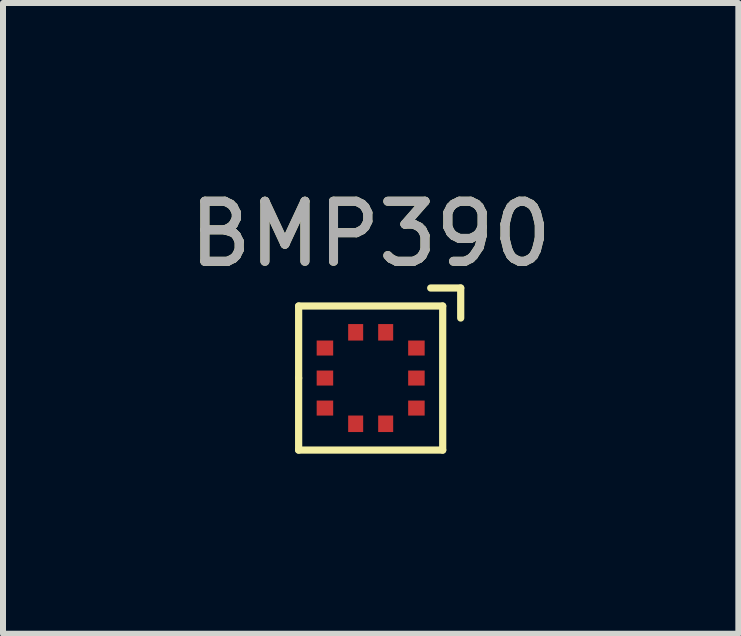
<source format=kicad_pcb>
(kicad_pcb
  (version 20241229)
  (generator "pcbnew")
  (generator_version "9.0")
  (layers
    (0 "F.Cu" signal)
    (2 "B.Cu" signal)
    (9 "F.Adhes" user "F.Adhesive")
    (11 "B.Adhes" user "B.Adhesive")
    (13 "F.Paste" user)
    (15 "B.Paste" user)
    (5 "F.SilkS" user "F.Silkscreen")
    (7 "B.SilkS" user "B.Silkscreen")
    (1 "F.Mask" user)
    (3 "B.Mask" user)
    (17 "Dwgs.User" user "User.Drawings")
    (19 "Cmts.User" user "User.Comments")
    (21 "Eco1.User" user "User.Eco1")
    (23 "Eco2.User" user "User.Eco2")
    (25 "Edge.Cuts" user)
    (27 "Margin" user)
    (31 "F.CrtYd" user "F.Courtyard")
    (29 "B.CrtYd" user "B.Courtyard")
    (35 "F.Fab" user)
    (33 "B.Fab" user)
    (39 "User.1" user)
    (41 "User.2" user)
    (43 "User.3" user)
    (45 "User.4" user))
  (footprint "BMP390"
    (layer "F.Cu")
    (at 3.125 3.248)
    (property "Reference" "BMP390" (at 0 -2.4 0) (unlocked yes) (layer "F.SilkS") (effects (font (size 1 1) (thickness 0.15))))
    (attr smd)
    (fp_line (start -1.2 -1.2) (end 1.2 -1.2) (stroke (width 0.12) (type solid)) (layer "F.SilkS"))
    (fp_line (start -1.2 0) (end -1.2 -1.2) (stroke (width 0.12) (type solid)) (layer "F.SilkS"))
    (fp_line (start -1.2 1.2) (end -1.2 0) (stroke (width 0.12) (type solid)) (layer "F.SilkS"))
    (fp_line (start 1 -1.5) (end 1.5 -1.5) (stroke (width 0.12) (type solid)) (layer "F.SilkS"))
    (fp_line (start 1.2 -1.2) (end 1.2 1.2) (stroke (width 0.12) (type solid)) (layer "F.SilkS"))
    (fp_line (start 1.2 1.2) (end -1.2 1.2) (stroke (width 0.12) (type solid)) (layer "F.SilkS"))
    (fp_line (start 1.5 -1.5) (end 1.5 -1) (stroke (width 0.12) (type solid)) (layer "F.SilkS"))
    (fp_text user "${REFERENCE}" (at 0 -2.4 0) (unlocked yes) (layer "F.Fab") (effects (font (size 1 1) (thickness 0.15))))
    (pad "1" smd rect (at 0.25 -0.762 90) (size 0.275 0.25) (layers "F.Cu" "F.Mask" "F.Paste"))
    (pad "2" smd rect (at -0.25 -0.762 90) (size 0.275 0.25) (layers "F.Cu" "F.Mask" "F.Paste"))
    (pad "3" smd rect (at -0.762 -0.5) (size 0.275 0.25) (layers "F.Cu" "F.Mask" "F.Paste"))
    (pad "4" smd rect (at -0.762 0) (size 0.275 0.25) (layers "F.Cu" "F.Mask" "F.Paste"))
    (pad "5" smd rect (at -0.762 0.5) (size 0.275 0.25) (layers "F.Cu" "F.Mask" "F.Paste"))
    (pad "6" smd rect (at -0.25 0.762 90) (size 0.275 0.25) (layers "F.Cu" "F.Mask" "F.Paste"))
    (pad "7" smd rect (at 0.25 0.762 90) (size 0.275 0.25) (layers "F.Cu" "F.Mask" "F.Paste"))
    (pad "8" smd rect (at 0.762 0.5) (size 0.275 0.25) (layers "F.Cu" "F.Mask" "F.Paste"))
    (pad "9" smd rect (at 0.762 0) (size 0.275 0.25) (layers "F.Cu" "F.Mask" "F.Paste"))
    (pad "10" smd rect (at 0.762 -0.5) (size 0.275 0.25) (layers "F.Cu" "F.Mask" "F.Paste")))
  (gr_rect
    (start -3 -3)
    (end 9.25 7.508)
    (stroke (width 0.1) (type default))
    (fill no)
    (layer "Edge.Cuts")))
</source>
